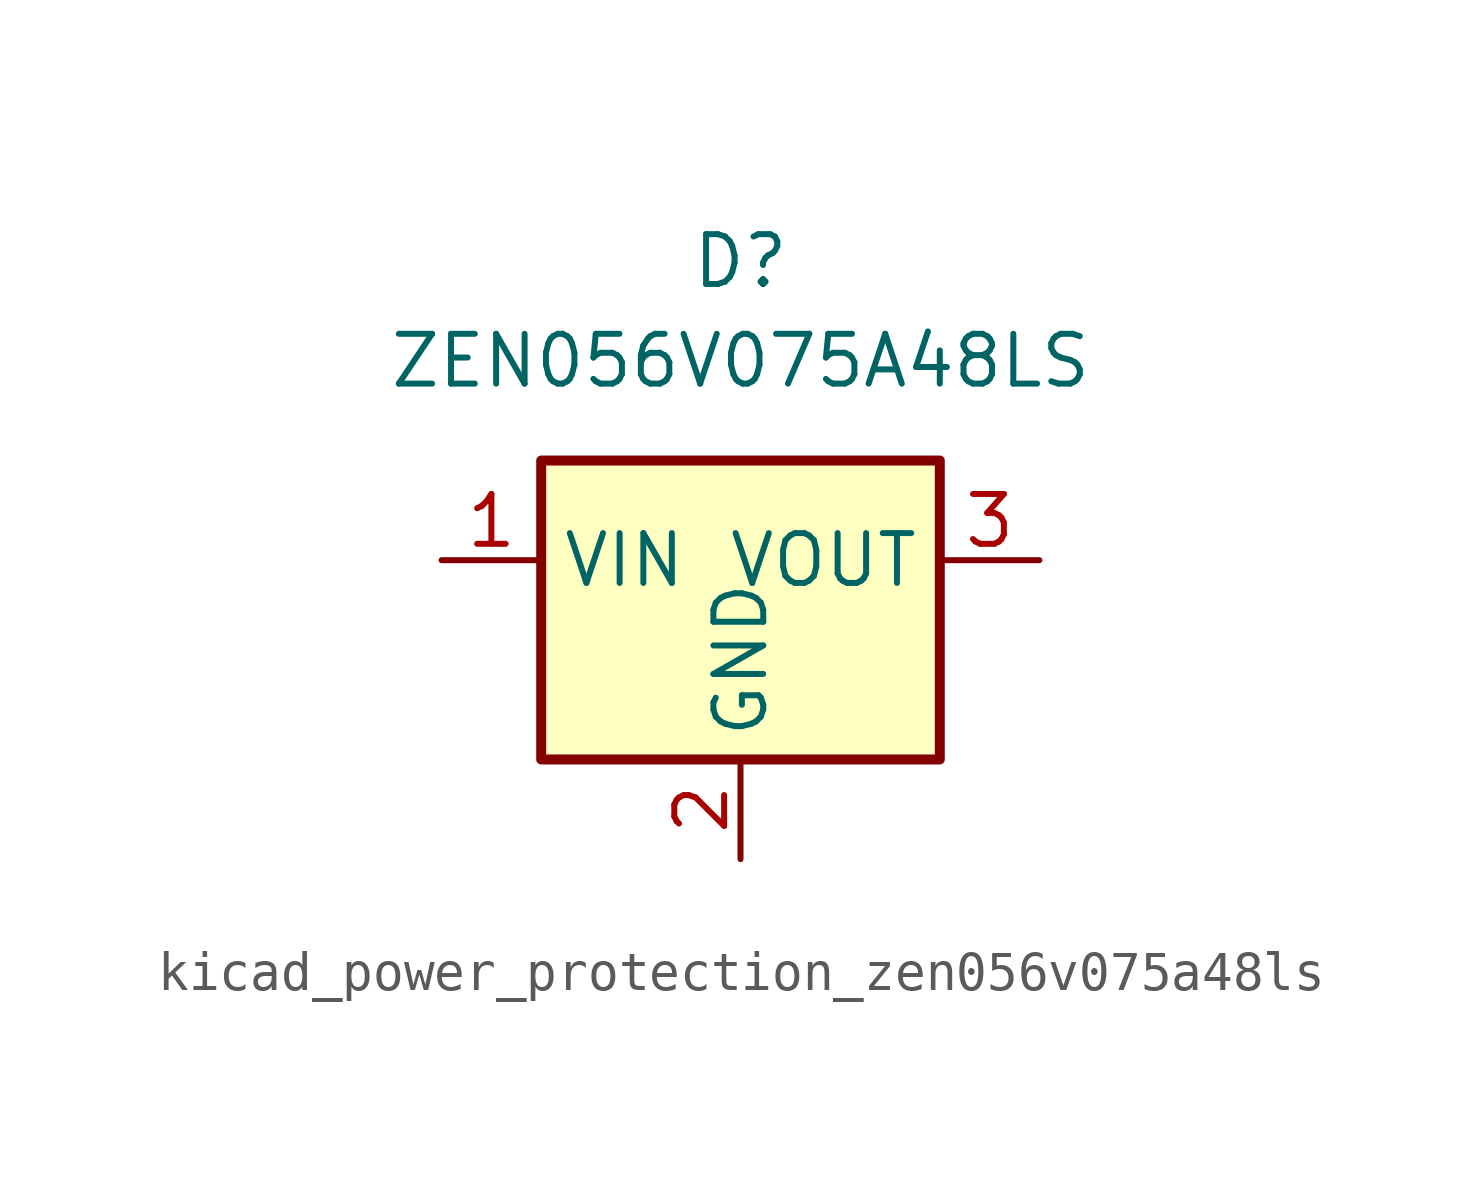
<source format=kicad_sym>
(kicad_symbol_lib
  (version 20220914)
  (generator kicad_symbol_editor)
  (symbol "kicad_power_protection_zen056v075a48ls"
    (property "Reference" "D"
      (at 0 10.16 0)
      (effects (font (size 1.27 1.27))))
    (property "Value" "ZEN056V075A48LS"
      (at 0 7.62 0)
      (effects (font (size 1.27 1.27))))
    (symbol "kicad_power_protection_zen056v075a48ls_0_1"
      (rectangle (start -5.08 5.08) (end 5.08 -2.54) (stroke (width 0.254) (type default)) (fill (type background))))
    (symbol "kicad_power_protection_zen056v075a48ls_1_1"
      (pin passive line (at -7.62 2.54 0) (length 2.54) (name "VIN" (effects (font (size 1.27 1.27)))) (number "1" (effects (font (size 1.27 1.27)))))
      (pin power_in line (at 0 -5.08 90) (length 2.54) (name "GND" (effects (font (size 1.27 1.27)))) (number "2" (effects (font (size 1.27 1.27)))))
      (pin passive line (at 7.62 2.54 180) (length 2.54) (name "VOUT" (effects (font (size 1.27 1.27)))) (number "3" (effects (font (size 1.27 1.27))))))))
</source>
